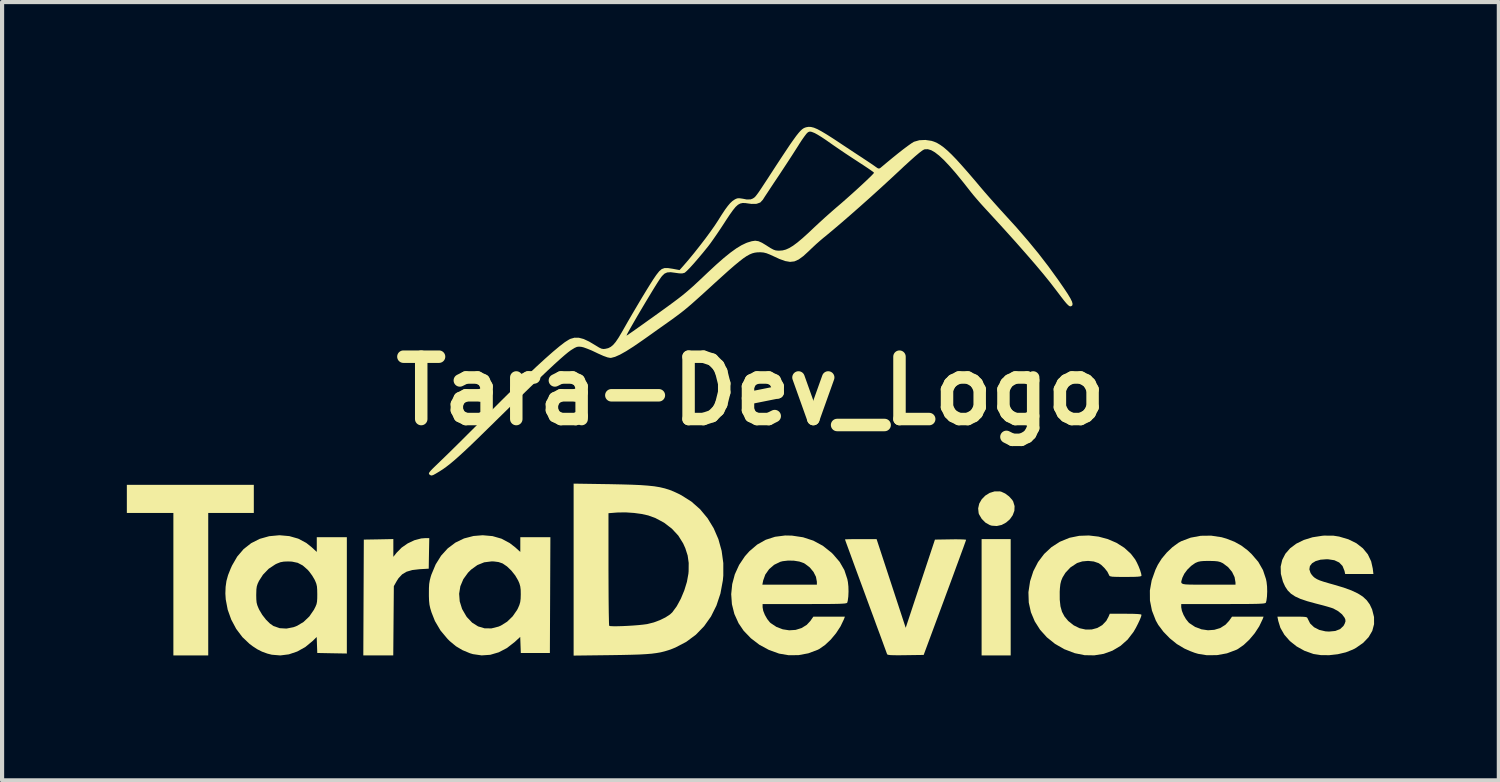
<source format=kicad_pcb>
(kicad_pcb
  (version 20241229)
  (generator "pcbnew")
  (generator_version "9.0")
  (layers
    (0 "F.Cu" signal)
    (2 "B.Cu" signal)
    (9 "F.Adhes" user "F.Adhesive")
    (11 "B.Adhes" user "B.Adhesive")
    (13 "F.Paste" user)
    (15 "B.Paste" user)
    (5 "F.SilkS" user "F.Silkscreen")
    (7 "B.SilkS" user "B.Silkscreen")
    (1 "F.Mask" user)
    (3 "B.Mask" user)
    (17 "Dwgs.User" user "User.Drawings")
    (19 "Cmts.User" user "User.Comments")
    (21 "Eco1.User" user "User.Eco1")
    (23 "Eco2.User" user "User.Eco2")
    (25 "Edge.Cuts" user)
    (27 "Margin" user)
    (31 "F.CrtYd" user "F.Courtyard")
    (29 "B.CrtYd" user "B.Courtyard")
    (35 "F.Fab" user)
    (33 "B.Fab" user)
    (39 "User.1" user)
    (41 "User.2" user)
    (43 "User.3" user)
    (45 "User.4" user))
  (footprint "Tara-Dev_Logo"
    (layer "F.Cu")
    (at 15.007 6.348)
    (property "Reference" "Tara-Dev_Logo" (at 0 0 0) (layer "F.SilkS") (effects (font (size 1.5 1.5) (thickness 0.3))))
    (attr board_only exclude_from_pos_files exclude_from_bom)
    (fp_poly (pts (xy 6.245 4.963) (xy 6.245 6.362) (xy 5.896 6.362) (xy 5.546 6.362) (xy 5.546 4.963) (xy 5.546 3.565) (xy 5.896 3.565) (xy 6.245 3.565)) (stroke (width 0) (type solid)) (fill yes) (layer "F.SilkS"))
    (fp_poly (pts (xy -11.954 2.598) (xy -11.954 2.936) (xy -12.502 2.936) (xy -13.05 2.936) (xy -13.05 4.649) (xy -13.05 6.362) (xy -13.469 6.362) (xy -13.888 6.362) (xy -13.888 4.649) (xy -13.888 2.936) (xy -14.448 2.936) (xy -15.007 2.936) (xy -15.007 2.598) (xy -15.007 2.26) (xy -13.481 2.26) (xy -11.954 2.26)) (stroke (width 0) (type solid)) (fill yes) (layer "F.SilkS"))
    (fp_poly (pts (xy 6.018 2.425) (xy 6.112 2.468) (xy 6.206 2.538) (xy 6.282 2.622) (xy 6.305 2.659) (xy 6.339 2.771) (xy 6.334 2.884) (xy 6.294 2.991) (xy 6.226 3.088) (xy 6.135 3.167) (xy 6.029 3.224) (xy 5.912 3.25) (xy 5.79 3.242) (xy 5.744 3.228) (xy 5.639 3.169) (xy 5.548 3.077) (xy 5.485 2.97) (xy 5.475 2.943) (xy 5.463 2.826) (xy 5.489 2.711) (xy 5.549 2.607) (xy 5.635 2.519) (xy 5.74 2.454) (xy 5.857 2.418) (xy 5.981 2.417)) (stroke (width 0) (type solid)) (fill yes) (layer "F.SilkS"))
    (fp_poly (pts (xy -7.742 3.909) (xy -7.748 4.276) (xy -7.972 4.289) (xy -8.144 4.309) (xy -8.281 4.349) (xy -8.388 4.413) (xy -8.474 4.505) (xy -8.515 4.569) (xy -8.587 4.696) (xy -8.594 5.529) (xy -8.601 6.362) (xy -8.961 6.362) (xy -9.321 6.362) (xy -9.315 4.969) (xy -9.309 3.577) (xy -8.954 3.571) (xy -8.599 3.564) (xy -8.599 3.778) (xy -8.599 3.991) (xy -8.519 3.891) (xy -8.399 3.769) (xy -8.253 3.668) (xy -8.092 3.592) (xy -7.929 3.549) (xy -7.837 3.542) (xy -7.735 3.542)) (stroke (width 0) (type solid)) (fill yes) (layer "F.SilkS"))
    (fp_poly (pts (xy 3.371 4.631) (xy 3.721 5.698) (xy 4.072 4.637) (xy 4.424 3.577) (xy 4.799 3.571) (xy 4.925 3.569) (xy 5.033 3.571) (xy 5.115 3.574) (xy 5.163 3.578) (xy 5.173 3.582) (xy 5.165 3.607) (xy 5.142 3.671) (xy 5.106 3.772) (xy 5.057 3.905) (xy 4.998 4.066) (xy 4.929 4.253) (xy 4.853 4.461) (xy 4.77 4.686) (xy 4.681 4.925) (xy 4.663 4.975) (xy 4.153 6.35) (xy 3.719 6.356) (xy 3.558 6.358) (xy 3.439 6.357) (xy 3.356 6.354) (xy 3.304 6.348) (xy 3.279 6.339) (xy 3.274 6.333) (xy 3.264 6.306) (xy 3.24 6.24) (xy 3.202 6.137) (xy 3.153 6.002) (xy 3.093 5.839) (xy 3.023 5.651) (xy 2.947 5.442) (xy 2.863 5.216) (xy 2.775 4.977) (xy 2.762 4.941) (xy 2.674 4.701) (xy 2.59 4.474) (xy 2.513 4.265) (xy 2.444 4.076) (xy 2.384 3.911) (xy 2.334 3.775) (xy 2.296 3.671) (xy 2.271 3.602) (xy 2.261 3.572) (xy 2.26 3.572) (xy 2.282 3.57) (xy 2.343 3.568) (xy 2.435 3.566) (xy 2.551 3.566) (xy 2.64 3.565) (xy 3.021 3.565)) (stroke (width 0) (type solid)) (fill yes) (layer "F.SilkS"))
    (fp_poly (pts (xy -6.214 3.493) (xy -5.998 3.555) (xy -5.801 3.66) (xy -5.667 3.764) (xy -5.546 3.873) (xy -5.546 3.696) (xy -5.546 3.519) (xy -5.185 3.519) (xy -4.823 3.519) (xy -4.829 4.911) (xy -4.835 6.303) (xy -5.185 6.303) (xy -5.534 6.303) (xy -5.541 6.11) (xy -5.548 5.916) (xy -5.682 6.04) (xy -5.869 6.185) (xy -6.065 6.287) (xy -6.269 6.347) (xy -6.476 6.361) (xy -6.684 6.331) (xy -6.758 6.309) (xy -6.938 6.234) (xy -7.094 6.141) (xy -7.243 6.017) (xy -7.294 5.967) (xy -7.466 5.761) (xy -7.599 5.535) (xy -7.682 5.325) (xy -7.711 5.229) (xy -7.73 5.143) (xy -7.74 5.049) (xy -7.744 4.933) (xy -7.744 4.879) (xy -7.017 4.879) (xy -7.003 5.062) (xy -6.946 5.245) (xy -6.845 5.42) (xy -6.829 5.442) (xy -6.704 5.574) (xy -6.561 5.664) (xy -6.406 5.71) (xy -6.24 5.712) (xy -6.07 5.669) (xy -6.012 5.644) (xy -5.863 5.551) (xy -5.73 5.422) (xy -5.625 5.271) (xy -5.604 5.231) (xy -5.569 5.151) (xy -5.548 5.079) (xy -5.538 4.997) (xy -5.535 4.894) (xy -5.537 4.784) (xy -5.547 4.703) (xy -5.567 4.632) (xy -5.597 4.562) (xy -5.668 4.44) (xy -5.762 4.322) (xy -5.866 4.222) (xy -5.969 4.152) (xy -5.975 4.149) (xy -6.068 4.117) (xy -6.182 4.102) (xy -6.237 4.101) (xy -6.414 4.123) (xy -6.578 4.189) (xy -6.73 4.299) (xy -6.802 4.371) (xy -6.916 4.528) (xy -6.988 4.699) (xy -7.017 4.879) (xy -7.744 4.879) (xy -7.744 4.87) (xy -7.743 4.741) (xy -7.737 4.642) (xy -7.723 4.558) (xy -7.701 4.472) (xy -7.683 4.416) (xy -7.581 4.173) (xy -7.45 3.963) (xy -7.291 3.788) (xy -7.106 3.649) (xy -6.899 3.549) (xy -6.671 3.49) (xy -6.451 3.472)) (stroke (width 0) (type solid)) (fill yes) (layer "F.SilkS"))
    (fp_poly (pts (xy -3.396 2.244) (xy -3.111 2.25) (xy -2.866 2.257) (xy -2.657 2.266) (xy -2.479 2.279) (xy -2.326 2.295) (xy -2.193 2.317) (xy -2.074 2.345) (xy -1.964 2.379) (xy -1.858 2.421) (xy -1.75 2.471) (xy -1.669 2.513) (xy -1.432 2.663) (xy -1.223 2.847) (xy -1.044 3.062) (xy -0.897 3.303) (xy -0.783 3.566) (xy -0.705 3.847) (xy -0.665 4.141) (xy -0.665 4.444) (xy -0.676 4.56) (xy -0.734 4.874) (xy -0.83 5.163) (xy -0.961 5.426) (xy -1.127 5.66) (xy -1.325 5.864) (xy -1.555 6.035) (xy -1.815 6.171) (xy -1.895 6.204) (xy -1.987 6.237) (xy -2.077 6.264) (xy -2.17 6.287) (xy -2.273 6.305) (xy -2.389 6.32) (xy -2.526 6.331) (xy -2.688 6.34) (xy -2.88 6.346) (xy -3.109 6.351) (xy -3.361 6.355) (xy -4.264 6.366) (xy -4.264 4.299) (xy -4.264 2.942) (xy -3.426 2.942) (xy -3.426 4.287) (xy -3.425 4.533) (xy -3.424 4.765) (xy -3.423 4.979) (xy -3.421 5.171) (xy -3.419 5.337) (xy -3.416 5.471) (xy -3.414 5.571) (xy -3.411 5.632) (xy -3.408 5.65) (xy -3.378 5.657) (xy -3.309 5.66) (xy -3.212 5.66) (xy -3.094 5.657) (xy -2.964 5.651) (xy -2.832 5.643) (xy -2.704 5.633) (xy -2.591 5.621) (xy -2.5 5.609) (xy -2.482 5.605) (xy -2.335 5.568) (xy -2.189 5.513) (xy -2.056 5.448) (xy -1.947 5.377) (xy -1.892 5.326) (xy -1.784 5.179) (xy -1.686 4.998) (xy -1.603 4.799) (xy -1.54 4.594) (xy -1.504 4.397) (xy -1.499 4.339) (xy -1.497 4.138) (xy -1.522 3.96) (xy -1.578 3.785) (xy -1.631 3.667) (xy -1.747 3.481) (xy -1.902 3.314) (xy -2.088 3.171) (xy -2.299 3.058) (xy -2.47 2.996) (xy -2.626 2.961) (xy -2.81 2.936) (xy -3.001 2.923) (xy -3.182 2.924) (xy -3.222 2.926) (xy -3.426 2.942) (xy -4.264 2.942) (xy -4.264 2.231)) (stroke (width 0) (type solid)) (fill yes) (layer "F.SilkS"))
    (fp_poly (pts (xy 0.986 3.481) (xy 1.253 3.521) (xy 1.5 3.602) (xy 1.728 3.725) (xy 1.937 3.891) (xy 1.974 3.928) (xy 2.132 4.112) (xy 2.246 4.31) (xy 2.317 4.526) (xy 2.331 4.596) (xy 2.343 4.705) (xy 2.346 4.827) (xy 2.341 4.945) (xy 2.328 5.044) (xy 2.316 5.091) (xy 2.308 5.1) (xy 2.288 5.107) (xy 2.253 5.113) (xy 2.199 5.117) (xy 2.121 5.121) (xy 2.016 5.123) (xy 1.88 5.125) (xy 1.708 5.126) (xy 1.496 5.126) (xy 1.291 5.127) (xy 0.28 5.127) (xy 0.28 5.204) (xy 0.295 5.289) (xy 0.335 5.389) (xy 0.392 5.488) (xy 0.456 5.568) (xy 0.474 5.584) (xy 0.612 5.676) (xy 0.764 5.734) (xy 0.92 5.758) (xy 1.074 5.748) (xy 1.216 5.704) (xy 1.34 5.628) (xy 1.426 5.536) (xy 1.5 5.43) (xy 1.88 5.43) (xy 2.259 5.43) (xy 2.235 5.493) (xy 2.155 5.661) (xy 2.047 5.827) (xy 1.92 5.98) (xy 1.782 6.11) (xy 1.641 6.208) (xy 1.604 6.227) (xy 1.38 6.311) (xy 1.144 6.355) (xy 0.905 6.357) (xy 0.676 6.318) (xy 0.43 6.229) (xy 0.202 6.105) (xy -0.002 5.949) (xy -0.176 5.768) (xy -0.298 5.588) (xy -0.399 5.365) (xy -0.458 5.13) (xy -0.475 4.889) (xy -0.452 4.661) (xy 0.274 4.661) (xy 0.93 4.661) (xy 1.585 4.661) (xy 1.585 4.59) (xy 1.563 4.471) (xy 1.503 4.353) (xy 1.413 4.245) (xy 1.298 4.158) (xy 1.27 4.142) (xy 1.165 4.105) (xy 1.034 4.084) (xy 0.894 4.081) (xy 0.763 4.096) (xy 0.705 4.111) (xy 0.559 4.182) (xy 0.437 4.287) (xy 0.345 4.417) (xy 0.292 4.565) (xy 0.291 4.574) (xy 0.274 4.661) (xy -0.452 4.661) (xy -0.451 4.648) (xy -0.388 4.412) (xy -0.285 4.186) (xy -0.145 3.977) (xy -0.036 3.855) (xy 0.151 3.696) (xy 0.356 3.581) (xy 0.579 3.509) (xy 0.821 3.478)) (stroke (width 0) (type solid)) (fill yes) (layer "F.SilkS"))
    (fp_poly (pts (xy -11.1 3.493) (xy -10.886 3.554) (xy -10.692 3.657) (xy -10.567 3.757) (xy -10.44 3.873) (xy -10.44 3.696) (xy -10.44 3.519) (xy -10.078 3.519) (xy -9.717 3.519) (xy -9.717 4.917) (xy -9.717 6.316) (xy -10.073 6.31) (xy -10.428 6.303) (xy -10.435 6.111) (xy -10.442 5.919) (xy -10.54 6.015) (xy -10.717 6.161) (xy -10.91 6.268) (xy -11.111 6.336) (xy -11.317 6.362) (xy -11.521 6.345) (xy -11.628 6.318) (xy -11.757 6.271) (xy -11.868 6.215) (xy -11.98 6.142) (xy -12.055 6.086) (xy -12.229 5.921) (xy -12.378 5.723) (xy -12.497 5.5) (xy -12.582 5.262) (xy -12.629 5.016) (xy -12.636 4.906) (xy -11.896 4.906) (xy -11.894 5.013) (xy -11.887 5.09) (xy -11.87 5.156) (xy -11.841 5.227) (xy -11.822 5.267) (xy -11.75 5.388) (xy -11.661 5.502) (xy -11.566 5.596) (xy -11.481 5.655) (xy -11.331 5.707) (xy -11.168 5.716) (xy -10.999 5.683) (xy -10.913 5.65) (xy -10.758 5.557) (xy -10.62 5.426) (xy -10.509 5.265) (xy -10.507 5.261) (xy -10.47 5.188) (xy -10.446 5.129) (xy -10.434 5.068) (xy -10.429 4.989) (xy -10.428 4.894) (xy -10.43 4.783) (xy -10.436 4.703) (xy -10.451 4.638) (xy -10.477 4.573) (xy -10.493 4.539) (xy -10.549 4.444) (xy -10.62 4.347) (xy -10.663 4.299) (xy -10.779 4.198) (xy -10.899 4.135) (xy -11.037 4.106) (xy -11.129 4.102) (xy -11.233 4.106) (xy -11.315 4.121) (xy -11.399 4.154) (xy -11.436 4.172) (xy -11.596 4.278) (xy -11.734 4.421) (xy -11.83 4.571) (xy -11.862 4.639) (xy -11.882 4.701) (xy -11.892 4.772) (xy -11.895 4.87) (xy -11.896 4.906) (xy -12.636 4.906) (xy -12.638 4.87) (xy -12.632 4.713) (xy -12.612 4.571) (xy -12.573 4.43) (xy -12.511 4.274) (xy -12.477 4.199) (xy -12.353 3.985) (xy -12.199 3.805) (xy -12.018 3.663) (xy -11.812 3.559) (xy -11.584 3.495) (xy -11.337 3.472) (xy -11.336 3.472)) (stroke (width 0) (type solid)) (fill yes) (layer "F.SilkS"))
    (fp_poly (pts (xy 8.358 3.505) (xy 8.581 3.565) (xy 8.79 3.655) (xy 8.978 3.774) (xy 9.136 3.919) (xy 9.239 4.054) (xy 9.279 4.128) (xy 9.321 4.218) (xy 9.357 4.311) (xy 9.382 4.392) (xy 9.391 4.443) (xy 9.382 4.455) (xy 9.351 4.463) (xy 9.294 4.469) (xy 9.203 4.473) (xy 9.073 4.474) (xy 9.008 4.474) (xy 8.866 4.474) (xy 8.763 4.472) (xy 8.694 4.469) (xy 8.651 4.462) (xy 8.626 4.453) (xy 8.614 4.439) (xy 8.611 4.43) (xy 8.57 4.348) (xy 8.501 4.261) (xy 8.421 4.184) (xy 8.36 4.143) (xy 8.243 4.103) (xy 8.106 4.089) (xy 7.968 4.101) (xy 7.846 4.139) (xy 7.835 4.145) (xy 7.682 4.246) (xy 7.561 4.375) (xy 7.492 4.488) (xy 7.46 4.566) (xy 7.44 4.646) (xy 7.429 4.745) (xy 7.424 4.83) (xy 7.425 5.023) (xy 7.442 5.181) (xy 7.479 5.312) (xy 7.538 5.424) (xy 7.622 5.525) (xy 7.631 5.535) (xy 7.762 5.639) (xy 7.903 5.708) (xy 8.05 5.74) (xy 8.194 5.738) (xy 8.328 5.702) (xy 8.447 5.633) (xy 8.544 5.531) (xy 8.597 5.433) (xy 8.628 5.36) (xy 9.009 5.36) (xy 9.174 5.361) (xy 9.293 5.366) (xy 9.365 5.373) (xy 9.391 5.384) (xy 9.391 5.384) (xy 9.38 5.431) (xy 9.35 5.506) (xy 9.307 5.598) (xy 9.257 5.696) (xy 9.203 5.789) (xy 9.199 5.796) (xy 9.057 5.981) (xy 8.887 6.132) (xy 8.693 6.247) (xy 8.481 6.324) (xy 8.256 6.36) (xy 8.022 6.356) (xy 7.785 6.308) (xy 7.783 6.307) (xy 7.534 6.212) (xy 7.311 6.084) (xy 7.116 5.927) (xy 6.953 5.746) (xy 6.824 5.543) (xy 6.732 5.324) (xy 6.68 5.091) (xy 6.672 4.85) (xy 6.673 4.835) (xy 6.712 4.577) (xy 6.79 4.336) (xy 6.903 4.117) (xy 7.049 3.923) (xy 7.225 3.759) (xy 7.427 3.629) (xy 7.653 3.536) (xy 7.667 3.532) (xy 7.893 3.486) (xy 8.126 3.478)) (stroke (width 0) (type solid)) (fill yes) (layer "F.SilkS"))
    (fp_poly (pts (xy 14.008 3.483) (xy 14.143 3.504) (xy 14.366 3.57) (xy 14.557 3.664) (xy 14.713 3.785) (xy 14.833 3.931) (xy 14.913 4.1) (xy 14.951 4.27) (xy 14.967 4.404) (xy 14.628 4.404) (xy 14.288 4.404) (xy 14.272 4.329) (xy 14.225 4.212) (xy 14.144 4.127) (xy 14.029 4.073) (xy 13.878 4.05) (xy 13.843 4.049) (xy 13.696 4.06) (xy 13.578 4.094) (xy 13.492 4.146) (xy 13.44 4.213) (xy 13.427 4.292) (xy 13.455 4.379) (xy 13.482 4.42) (xy 13.518 4.462) (xy 13.558 4.497) (xy 13.609 4.528) (xy 13.679 4.559) (xy 13.774 4.591) (xy 13.903 4.629) (xy 14.021 4.662) (xy 14.252 4.731) (xy 14.441 4.8) (xy 14.593 4.872) (xy 14.714 4.949) (xy 14.807 5.036) (xy 14.879 5.135) (xy 14.933 5.25) (xy 14.936 5.257) (xy 14.982 5.438) (xy 14.983 5.61) (xy 14.94 5.772) (xy 14.852 5.922) (xy 14.723 6.058) (xy 14.551 6.179) (xy 14.475 6.22) (xy 14.305 6.287) (xy 14.111 6.333) (xy 13.906 6.356) (xy 13.707 6.355) (xy 13.53 6.328) (xy 13.519 6.325) (xy 13.309 6.25) (xy 13.12 6.145) (xy 12.957 6.015) (xy 12.826 5.865) (xy 12.731 5.7) (xy 12.679 5.532) (xy 12.659 5.43) (xy 13.016 5.43) (xy 13.152 5.43) (xy 13.248 5.431) (xy 13.313 5.435) (xy 13.352 5.441) (xy 13.373 5.452) (xy 13.384 5.469) (xy 13.389 5.482) (xy 13.446 5.594) (xy 13.54 5.684) (xy 13.665 5.748) (xy 13.814 5.783) (xy 13.901 5.788) (xy 14.05 5.774) (xy 14.166 5.729) (xy 14.247 5.653) (xy 14.276 5.6) (xy 14.296 5.541) (xy 14.291 5.494) (xy 14.273 5.454) (xy 14.213 5.374) (xy 14.12 5.298) (xy 14.009 5.237) (xy 14.002 5.233) (xy 13.949 5.215) (xy 13.863 5.189) (xy 13.752 5.158) (xy 13.628 5.126) (xy 13.585 5.115) (xy 13.38 5.059) (xy 13.216 5.004) (xy 13.087 4.945) (xy 12.985 4.878) (xy 12.907 4.8) (xy 12.845 4.706) (xy 12.793 4.592) (xy 12.79 4.583) (xy 12.742 4.4) (xy 12.737 4.226) (xy 12.775 4.064) (xy 12.851 3.916) (xy 12.964 3.786) (xy 13.112 3.675) (xy 13.293 3.586) (xy 13.503 3.521) (xy 13.742 3.484) (xy 13.784 3.481)) (stroke (width 0) (type solid)) (fill yes) (layer "F.SilkS"))
    (fp_poly (pts (xy 11.317 3.52) (xy 11.437 3.555) (xy 11.629 3.63) (xy 11.792 3.721) (xy 11.944 3.836) (xy 12.041 3.928) (xy 12.199 4.112) (xy 12.312 4.31) (xy 12.384 4.526) (xy 12.398 4.596) (xy 12.41 4.705) (xy 12.413 4.827) (xy 12.408 4.945) (xy 12.395 5.044) (xy 12.382 5.091) (xy 12.374 5.1) (xy 12.355 5.107) (xy 12.32 5.113) (xy 12.266 5.117) (xy 12.188 5.121) (xy 12.083 5.123) (xy 11.946 5.125) (xy 11.774 5.126) (xy 11.563 5.126) (xy 11.358 5.127) (xy 10.346 5.127) (xy 10.346 5.204) (xy 10.362 5.289) (xy 10.402 5.389) (xy 10.459 5.488) (xy 10.523 5.568) (xy 10.54 5.584) (xy 10.68 5.677) (xy 10.832 5.734) (xy 10.989 5.757) (xy 11.143 5.746) (xy 11.286 5.702) (xy 11.41 5.624) (xy 11.496 5.531) (xy 11.567 5.43) (xy 11.947 5.43) (xy 12.326 5.43) (xy 12.302 5.493) (xy 12.222 5.661) (xy 12.114 5.827) (xy 11.986 5.98) (xy 11.848 6.11) (xy 11.708 6.208) (xy 11.671 6.227) (xy 11.445 6.312) (xy 11.205 6.355) (xy 10.96 6.357) (xy 10.754 6.324) (xy 10.667 6.298) (xy 10.559 6.257) (xy 10.448 6.208) (xy 10.416 6.193) (xy 10.241 6.088) (xy 10.072 5.951) (xy 9.919 5.794) (xy 9.794 5.628) (xy 9.735 5.523) (xy 9.642 5.284) (xy 9.594 5.044) (xy 9.592 4.801) (xy 9.626 4.609) (xy 10.347 4.609) (xy 10.361 4.63) (xy 10.393 4.645) (xy 10.449 4.654) (xy 10.532 4.658) (xy 10.649 4.66) (xy 10.803 4.661) (xy 10.998 4.661) (xy 10.999 4.661) (xy 11.651 4.661) (xy 11.651 4.608) (xy 11.629 4.479) (xy 11.568 4.353) (xy 11.474 4.24) (xy 11.355 4.15) (xy 11.338 4.14) (xy 11.285 4.116) (xy 11.227 4.101) (xy 11.151 4.093) (xy 11.045 4.09) (xy 11.011 4.09) (xy 10.895 4.091) (xy 10.813 4.098) (xy 10.751 4.111) (xy 10.698 4.133) (xy 10.681 4.141) (xy 10.586 4.208) (xy 10.494 4.298) (xy 10.42 4.397) (xy 10.374 4.492) (xy 10.374 4.493) (xy 10.359 4.542) (xy 10.348 4.58) (xy 10.347 4.609) (xy 9.626 4.609) (xy 9.636 4.555) (xy 9.726 4.302) (xy 9.783 4.183) (xy 9.876 4.035) (xy 9.997 3.89) (xy 10.134 3.759) (xy 10.276 3.655) (xy 10.346 3.616) (xy 10.574 3.53) (xy 10.817 3.485) (xy 11.067 3.482)) (stroke (width 0) (type solid)) (fill yes) (layer "F.SilkS"))
    (fp_poly (pts (xy 1.444 -6.345) (xy 1.513 -6.328) (xy 1.597 -6.293) (xy 1.699 -6.238) (xy 1.826 -6.162) (xy 1.983 -6.062) (xy 2.074 -6.002) (xy 2.215 -5.908) (xy 2.356 -5.815) (xy 2.489 -5.727) (xy 2.603 -5.652) (xy 2.691 -5.595) (xy 2.703 -5.586) (xy 2.799 -5.523) (xy 2.89 -5.462) (xy 2.963 -5.412) (xy 2.989 -5.393) (xy 3.044 -5.355) (xy 3.078 -5.344) (xy 3.106 -5.356) (xy 3.117 -5.364) (xy 3.26 -5.484) (xy 3.402 -5.601) (xy 3.538 -5.711) (xy 3.663 -5.809) (xy 3.771 -5.89) (xy 3.856 -5.95) (xy 3.912 -5.985) (xy 3.919 -5.989) (xy 4.048 -6.026) (xy 4.195 -6.033) (xy 4.342 -6.011) (xy 4.404 -5.991) (xy 4.477 -5.959) (xy 4.552 -5.914) (xy 4.633 -5.856) (xy 4.723 -5.779) (xy 4.825 -5.682) (xy 4.941 -5.562) (xy 5.075 -5.414) (xy 5.23 -5.238) (xy 5.409 -5.029) (xy 5.513 -4.905) (xy 5.617 -4.783) (xy 5.742 -4.64) (xy 5.875 -4.491) (xy 6.004 -4.347) (xy 6.08 -4.264) (xy 6.385 -3.929) (xy 6.659 -3.612) (xy 6.913 -3.303) (xy 7.152 -2.993) (xy 7.386 -2.67) (xy 7.523 -2.472) (xy 7.616 -2.332) (xy 7.681 -2.224) (xy 7.72 -2.144) (xy 7.734 -2.088) (xy 7.725 -2.052) (xy 7.701 -2.036) (xy 7.68 -2.031) (xy 7.656 -2.038) (xy 7.626 -2.061) (xy 7.585 -2.103) (xy 7.53 -2.169) (xy 7.457 -2.263) (xy 7.36 -2.391) (xy 7.344 -2.412) (xy 7.201 -2.598) (xy 7.033 -2.806) (xy 6.839 -3.037) (xy 6.617 -3.293) (xy 6.367 -3.577) (xy 6.087 -3.888) (xy 5.775 -4.229) (xy 5.624 -4.393) (xy 5.532 -4.494) (xy 5.44 -4.599) (xy 5.358 -4.695) (xy 5.297 -4.77) (xy 5.297 -4.77) (xy 5.101 -5.019) (xy 4.928 -5.231) (xy 4.775 -5.406) (xy 4.641 -5.548) (xy 4.524 -5.657) (xy 4.422 -5.736) (xy 4.333 -5.787) (xy 4.255 -5.81) (xy 4.185 -5.809) (xy 4.162 -5.803) (xy 4.119 -5.778) (xy 4.047 -5.723) (xy 3.947 -5.639) (xy 3.824 -5.529) (xy 3.679 -5.397) (xy 3.62 -5.341) (xy 3.378 -5.116) (xy 3.128 -4.886) (xy 2.875 -4.657) (xy 2.626 -4.435) (xy 2.386 -4.224) (xy 2.161 -4.029) (xy 1.956 -3.855) (xy 1.779 -3.708) (xy 1.751 -3.686) (xy 1.669 -3.617) (xy 1.569 -3.529) (xy 1.465 -3.432) (xy 1.387 -3.357) (xy 1.259 -3.24) (xy 1.148 -3.159) (xy 1.045 -3.113) (xy 0.94 -3.101) (xy 0.823 -3.121) (xy 0.685 -3.171) (xy 0.568 -3.225) (xy 0.457 -3.276) (xy 0.373 -3.309) (xy 0.304 -3.326) (xy 0.235 -3.332) (xy 0.213 -3.332) (xy 0.15 -3.33) (xy 0.09 -3.322) (xy 0.03 -3.306) (xy -0.034 -3.279) (xy -0.106 -3.239) (xy -0.188 -3.183) (xy -0.284 -3.108) (xy -0.399 -3.013) (xy -0.535 -2.895) (xy -0.696 -2.75) (xy -0.886 -2.578) (xy -0.985 -2.487) (xy -1.152 -2.335) (xy -1.291 -2.21) (xy -1.409 -2.105) (xy -1.511 -2.017) (xy -1.605 -1.939) (xy -1.697 -1.867) (xy -1.793 -1.795) (xy -1.899 -1.717) (xy -1.995 -1.649) (xy -2.102 -1.573) (xy -2.234 -1.48) (xy -2.378 -1.377) (xy -2.522 -1.275) (xy -2.61 -1.213) (xy -2.821 -1.068) (xy -3 -0.954) (xy -3.148 -0.871) (xy -3.267 -0.818) (xy -3.358 -0.794) (xy -3.383 -0.792) (xy -3.45 -0.805) (xy -3.55 -0.841) (xy -3.68 -0.899) (xy -3.719 -0.918) (xy -3.829 -0.97) (xy -3.935 -1.013) (xy -4.023 -1.045) (xy -4.078 -1.058) (xy -4.136 -1.063) (xy -4.184 -1.057) (xy -4.237 -1.034) (xy -4.309 -0.99) (xy -4.334 -0.974) (xy -4.396 -0.928) (xy -4.481 -0.858) (xy -4.592 -0.761) (xy -4.728 -0.638) (xy -4.89 -0.487) (xy -5.08 -0.306) (xy -5.299 -0.097) (xy -5.547 0.144) (xy -5.825 0.416) (xy -6.135 0.72) (xy -6.174 0.759) (xy -6.397 0.977) (xy -6.59 1.166) (xy -6.757 1.327) (xy -6.902 1.463) (xy -7.028 1.578) (xy -7.138 1.675) (xy -7.235 1.756) (xy -7.324 1.825) (xy -7.406 1.884) (xy -7.487 1.936) (xy -7.569 1.985) (xy -7.575 1.989) (xy -7.639 2.024) (xy -7.679 2.036) (xy -7.709 2.028) (xy -7.727 2.015) (xy -7.741 2.001) (xy -7.744 1.984) (xy -7.733 1.96) (xy -7.704 1.923) (xy -7.653 1.87) (xy -7.575 1.794) (xy -7.468 1.691) (xy -7.46 1.683) (xy -7.379 1.605) (xy -7.27 1.499) (xy -7.138 1.369) (xy -6.988 1.221) (xy -6.825 1.058) (xy -6.653 0.887) (xy -6.478 0.712) (xy -6.329 0.563) (xy -5.996 0.229) (xy -5.691 -0.072) (xy -5.415 -0.339) (xy -5.168 -0.573) (xy -4.95 -0.773) (xy -4.762 -0.939) (xy -4.604 -1.071) (xy -4.477 -1.169) (xy -4.379 -1.231) (xy -4.342 -1.25) (xy -4.243 -1.278) (xy -4.139 -1.277) (xy -4.024 -1.247) (xy -3.891 -1.185) (xy -3.734 -1.091) (xy -3.652 -1.041) (xy -3.594 -1.014) (xy -3.545 -1.006) (xy -3.504 -1.01) (xy -3.434 -1.026) (xy -3.373 -1.056) (xy -3.315 -1.103) (xy -3.254 -1.174) (xy -3.186 -1.274) (xy -3.154 -1.328) (xy -2.991 -1.328) (xy -2.97 -1.341) (xy -2.916 -1.378) (xy -2.832 -1.436) (xy -2.725 -1.512) (xy -2.598 -1.602) (xy -2.457 -1.703) (xy -2.369 -1.765) (xy -2.176 -1.904) (xy -2.014 -2.021) (xy -1.879 -2.12) (xy -1.764 -2.206) (xy -1.663 -2.284) (xy -1.57 -2.36) (xy -1.48 -2.437) (xy -1.386 -2.52) (xy -1.284 -2.615) (xy -1.165 -2.726) (xy -1.043 -2.842) (xy -0.835 -3.035) (xy -0.653 -3.195) (xy -0.493 -3.324) (xy -0.353 -3.425) (xy -0.228 -3.501) (xy -0.115 -3.555) (xy -0.083 -3.567) (xy 0.02 -3.598) (xy 0.103 -3.61) (xy 0.181 -3.598) (xy 0.265 -3.561) (xy 0.371 -3.497) (xy 0.381 -3.49) (xy 0.472 -3.432) (xy 0.539 -3.396) (xy 0.593 -3.377) (xy 0.649 -3.371) (xy 0.685 -3.371) (xy 0.762 -3.377) (xy 0.839 -3.397) (xy 0.921 -3.434) (xy 1.013 -3.49) (xy 1.118 -3.568) (xy 1.242 -3.672) (xy 1.389 -3.805) (xy 1.526 -3.935) (xy 1.649 -4.049) (xy 1.788 -4.176) (xy 1.928 -4.3) (xy 2.053 -4.409) (xy 2.077 -4.429) (xy 2.183 -4.52) (xy 2.299 -4.622) (xy 2.419 -4.729) (xy 2.539 -4.837) (xy 2.652 -4.941) (xy 2.756 -5.038) (xy 2.843 -5.121) (xy 2.909 -5.186) (xy 2.949 -5.229) (xy 2.959 -5.244) (xy 2.941 -5.262) (xy 2.889 -5.3) (xy 2.809 -5.355) (xy 2.707 -5.423) (xy 2.59 -5.499) (xy 2.569 -5.513) (xy 2.425 -5.607) (xy 2.272 -5.708) (xy 2.123 -5.809) (xy 1.99 -5.9) (xy 1.909 -5.957) (xy 1.802 -6.032) (xy 1.697 -6.102) (xy 1.606 -6.158) (xy 1.539 -6.195) (xy 1.529 -6.2) (xy 1.461 -6.227) (xy 1.418 -6.235) (xy 1.384 -6.225) (xy 1.366 -6.214) (xy 1.334 -6.182) (xy 1.285 -6.118) (xy 1.224 -6.031) (xy 1.158 -5.93) (xy 1.142 -5.903) (xy 1.078 -5.803) (xy 0.995 -5.673) (xy 0.898 -5.524) (xy 0.795 -5.367) (xy 0.691 -5.209) (xy 0.643 -5.137) (xy 0.551 -5) (xy 0.467 -4.873) (xy 0.395 -4.763) (xy 0.337 -4.676) (xy 0.299 -4.616) (xy 0.284 -4.593) (xy 0.224 -4.529) (xy 0.135 -4.497) (xy 0.014 -4.495) (xy -0.057 -4.504) (xy -0.135 -4.515) (xy -0.2 -4.517) (xy -0.258 -4.504) (xy -0.313 -4.474) (xy -0.37 -4.422) (xy -0.434 -4.343) (xy -0.511 -4.235) (xy -0.606 -4.092) (xy -0.643 -4.034) (xy -0.731 -3.9) (xy -0.82 -3.768) (xy -0.903 -3.648) (xy -0.974 -3.548) (xy -1.027 -3.478) (xy -1.153 -3.322) (xy -1.272 -3.181) (xy -1.378 -3.058) (xy -1.469 -2.958) (xy -1.541 -2.885) (xy -1.589 -2.843) (xy -1.601 -2.837) (xy -1.651 -2.824) (xy -1.724 -2.825) (xy -1.818 -2.838) (xy -1.931 -2.853) (xy -2.014 -2.847) (xy -2.078 -2.819) (xy -2.136 -2.763) (xy -2.159 -2.734) (xy -2.192 -2.687) (xy -2.243 -2.609) (xy -2.307 -2.507) (xy -2.381 -2.386) (xy -2.462 -2.252) (xy -2.548 -2.109) (xy -2.634 -1.964) (xy -2.718 -1.822) (xy -2.796 -1.687) (xy -2.865 -1.567) (xy -2.923 -1.465) (xy -2.965 -1.388) (xy -2.988 -1.341) (xy -2.991 -1.328) (xy -3.154 -1.328) (xy -3.106 -1.409) (xy -3.072 -1.468) (xy -2.96 -1.665) (xy -2.845 -1.863) (xy -2.73 -2.058) (xy -2.62 -2.243) (xy -2.517 -2.412) (xy -2.425 -2.561) (xy -2.348 -2.682) (xy -2.288 -2.77) (xy -2.274 -2.79) (xy -2.206 -2.876) (xy -2.145 -2.928) (xy -2.079 -2.952) (xy -1.994 -2.952) (xy -1.881 -2.935) (xy -1.717 -2.904) (xy -1.625 -3.007) (xy -1.501 -3.151) (xy -1.367 -3.314) (xy -1.23 -3.487) (xy -1.097 -3.66) (xy -0.975 -3.826) (xy -0.871 -3.974) (xy -0.798 -4.085) (xy -0.701 -4.239) (xy -0.622 -4.358) (xy -0.556 -4.447) (xy -0.5 -4.513) (xy -0.449 -4.561) (xy -0.402 -4.594) (xy -0.359 -4.618) (xy -0.318 -4.63) (xy -0.267 -4.63) (xy -0.192 -4.619) (xy -0.102 -4.601) (xy -0.007 -4.604) (xy 0.04 -4.622) (xy 0.063 -4.636) (xy 0.087 -4.653) (xy 0.113 -4.68) (xy 0.145 -4.721) (xy 0.188 -4.78) (xy 0.244 -4.863) (xy 0.317 -4.974) (xy 0.411 -5.117) (xy 0.447 -5.173) (xy 0.603 -5.413) (xy 0.737 -5.617) (xy 0.85 -5.787) (xy 0.944 -5.928) (xy 1.024 -6.041) (xy 1.089 -6.131) (xy 1.144 -6.2) (xy 1.189 -6.251) (xy 1.228 -6.287) (xy 1.263 -6.312) (xy 1.296 -6.328) (xy 1.328 -6.338) (xy 1.384 -6.348)) (stroke (width 0) (type solid)) (fill yes) (layer "F.SilkS")))
  (gr_rect
    (start -3 -3)
    (end 32.99 15.714)
    (stroke (width 0.1) (type default))
    (fill no)
    (layer "Edge.Cuts")))
</source>
